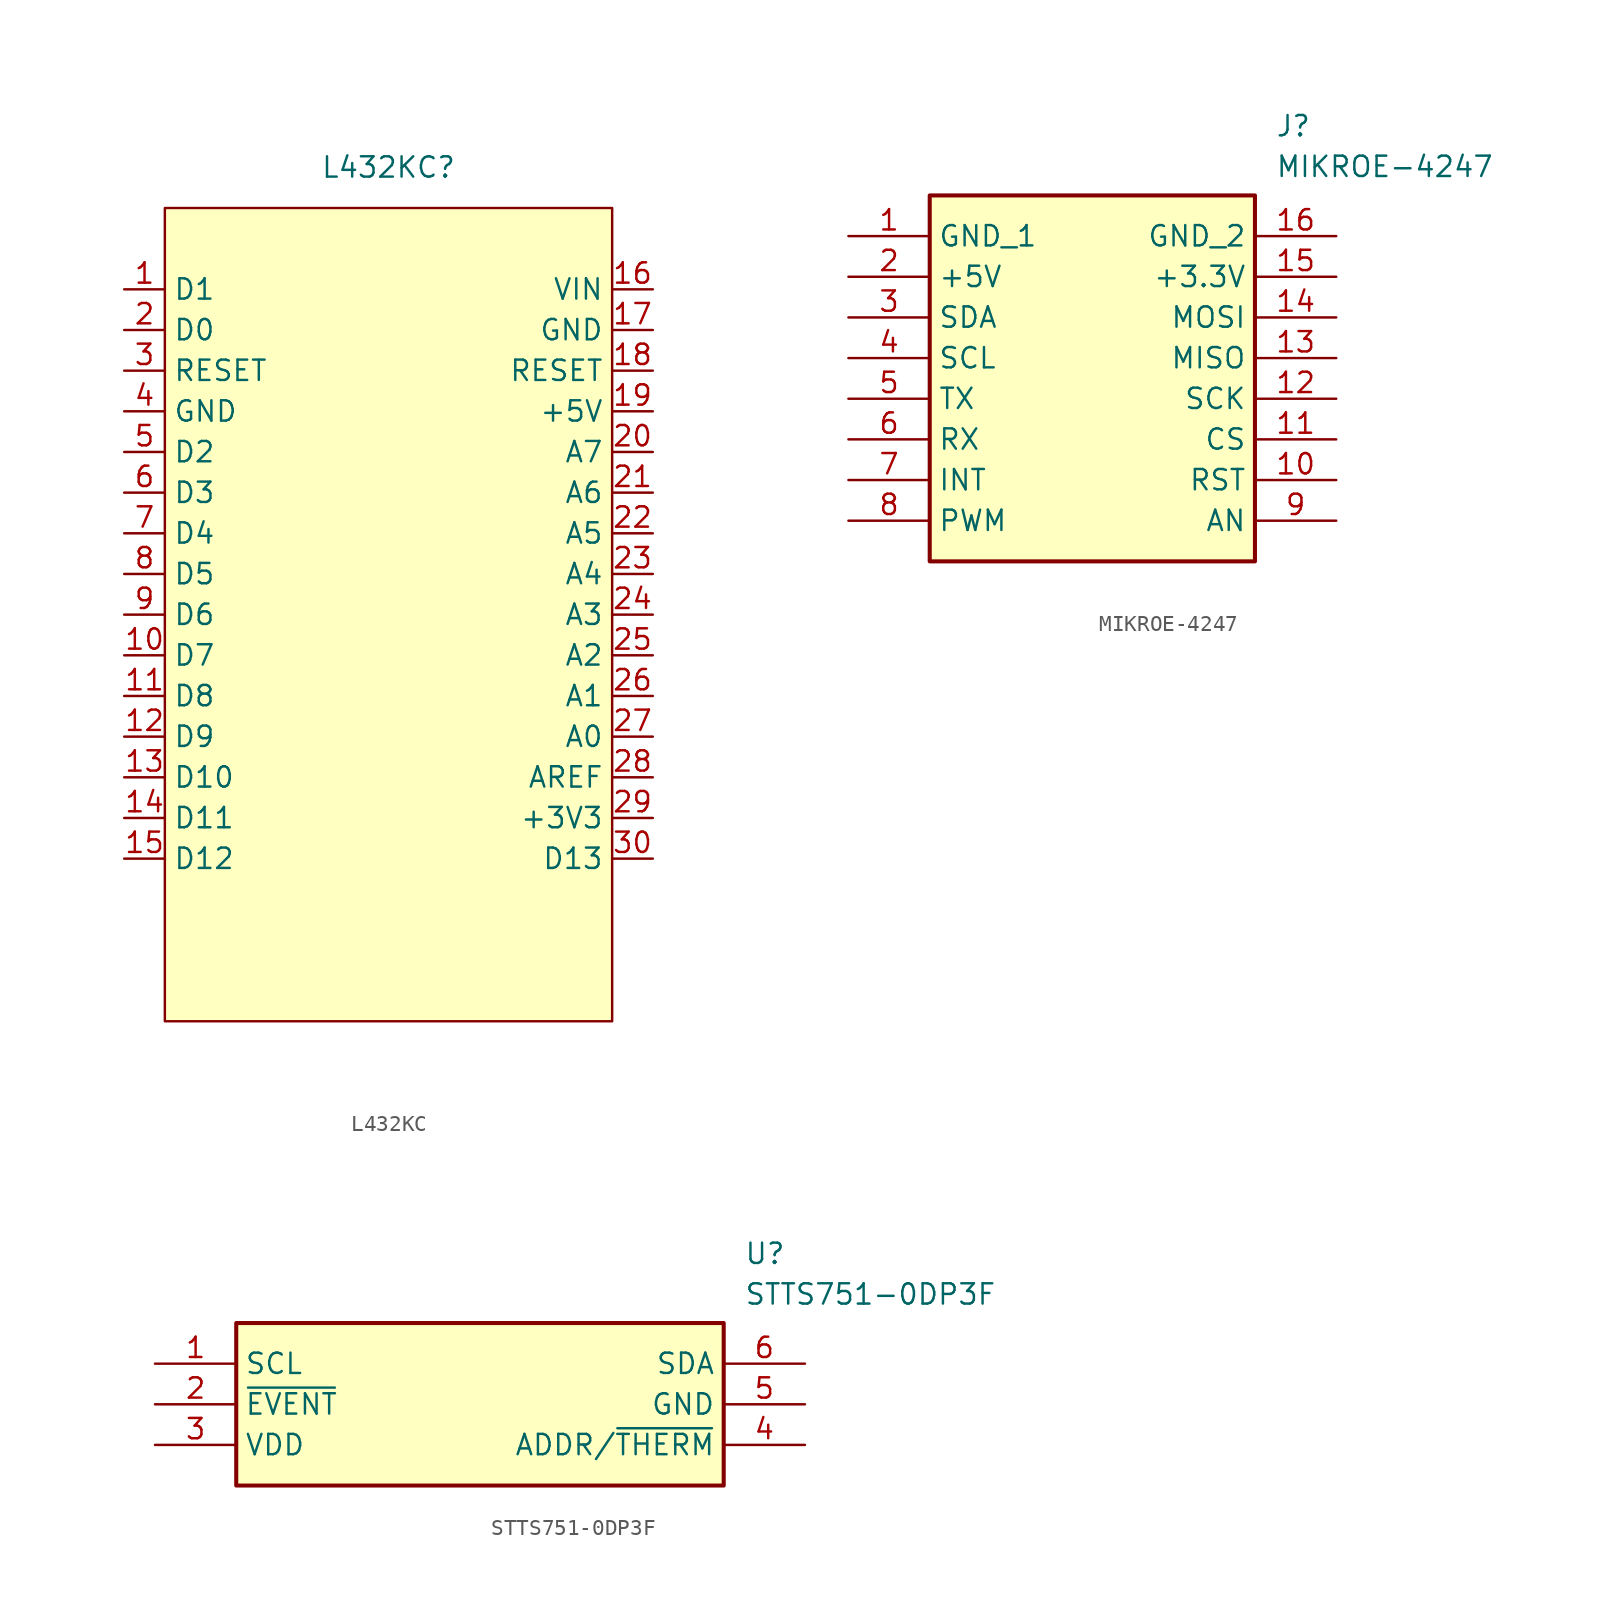
<source format=kicad_sym>
(kicad_symbol_lib
  (version 20231120)
  (generator "kicad_symbol_editor")
  (generator_version "8.0")
  (symbol "L432KC"
    (property "Reference" "L432KC"
      (at 13.97 2.54 0)
      (effects (font (size 1.27 1.27))))
    (property "Value" ""
      (at 0 0 0)
      (effects (font (size 1.27 1.27))))
    (symbol "L432KC_0_0"
      (pin unspecified line (at -2.54 -5.08 0) (length 2.54) (name "D1" (effects (font (size 1.27 1.27)))) (number "1" (effects (font (size 1.27 1.27)))))
      (pin unspecified line (at -2.54 -27.94 0) (length 2.54) (name "D7" (effects (font (size 1.27 1.27)))) (number "10" (effects (font (size 1.27 1.27)))))
      (pin unspecified line (at -2.54 -30.48 0) (length 2.54) (name "D8" (effects (font (size 1.27 1.27)))) (number "11" (effects (font (size 1.27 1.27)))))
      (pin unspecified line (at -2.54 -33.02 0) (length 2.54) (name "D9" (effects (font (size 1.27 1.27)))) (number "12" (effects (font (size 1.27 1.27)))))
      (pin unspecified line (at -2.54 -35.56 0) (length 2.54) (name "D10" (effects (font (size 1.27 1.27)))) (number "13" (effects (font (size 1.27 1.27)))))
      (pin unspecified line (at -2.54 -38.1 0) (length 2.54) (name "D11" (effects (font (size 1.27 1.27)))) (number "14" (effects (font (size 1.27 1.27)))))
      (pin unspecified line (at -2.54 -40.64 0) (length 2.54) (name "D12" (effects (font (size 1.27 1.27)))) (number "15" (effects (font (size 1.27 1.27)))))
      (pin unspecified line (at 30.48 -5.08 180) (length 2.54) (name "VIN" (effects (font (size 1.27 1.27)))) (number "16" (effects (font (size 1.27 1.27)))))
      (pin unspecified line (at 30.48 -7.62 180) (length 2.54) (name "GND" (effects (font (size 1.27 1.27)))) (number "17" (effects (font (size 1.27 1.27)))))
      (pin unspecified line (at 30.48 -10.16 180) (length 2.54) (name "RESET" (effects (font (size 1.27 1.27)))) (number "18" (effects (font (size 1.27 1.27)))))
      (pin unspecified line (at 30.48 -12.7 180) (length 2.54) (name "+5V" (effects (font (size 1.27 1.27)))) (number "19" (effects (font (size 1.27 1.27)))))
      (pin unspecified line (at -2.54 -7.62 0) (length 2.54) (name "D0" (effects (font (size 1.27 1.27)))) (number "2" (effects (font (size 1.27 1.27)))))
      (pin unspecified line (at 30.48 -15.24 180) (length 2.54) (name "A7" (effects (font (size 1.27 1.27)))) (number "20" (effects (font (size 1.27 1.27)))))
      (pin unspecified line (at 30.48 -17.78 180) (length 2.54) (name "A6" (effects (font (size 1.27 1.27)))) (number "21" (effects (font (size 1.27 1.27)))))
      (pin unspecified line (at 30.48 -20.32 180) (length 2.54) (name "A5" (effects (font (size 1.27 1.27)))) (number "22" (effects (font (size 1.27 1.27)))))
      (pin unspecified line (at 30.48 -22.86 180) (length 2.54) (name "A4" (effects (font (size 1.27 1.27)))) (number "23" (effects (font (size 1.27 1.27)))))
      (pin unspecified line (at 30.48 -25.4 180) (length 2.54) (name "A3" (effects (font (size 1.27 1.27)))) (number "24" (effects (font (size 1.27 1.27)))))
      (pin unspecified line (at 30.48 -27.94 180) (length 2.54) (name "A2" (effects (font (size 1.27 1.27)))) (number "25" (effects (font (size 1.27 1.27)))))
      (pin unspecified line (at 30.48 -30.48 180) (length 2.54) (name "A1" (effects (font (size 1.27 1.27)))) (number "26" (effects (font (size 1.27 1.27)))))
      (pin unspecified line (at 30.48 -33.02 180) (length 2.54) (name "A0" (effects (font (size 1.27 1.27)))) (number "27" (effects (font (size 1.27 1.27)))))
      (pin unspecified line (at 30.48 -35.56 180) (length 2.54) (name "AREF" (effects (font (size 1.27 1.27)))) (number "28" (effects (font (size 1.27 1.27)))))
      (pin unspecified line (at 30.48 -38.1 180) (length 2.54) (name "+3V3" (effects (font (size 1.27 1.27)))) (number "29" (effects (font (size 1.27 1.27)))))
      (pin unspecified line (at -2.54 -10.16 0) (length 2.54) (name "RESET" (effects (font (size 1.27 1.27)))) (number "3" (effects (font (size 1.27 1.27)))))
      (pin unspecified line (at 30.48 -40.64 180) (length 2.54) (name "D13" (effects (font (size 1.27 1.27)))) (number "30" (effects (font (size 1.27 1.27)))))
      (pin unspecified line (at -2.54 -12.7 0) (length 2.54) (name "GND" (effects (font (size 1.27 1.27)))) (number "4" (effects (font (size 1.27 1.27)))))
      (pin unspecified line (at -2.54 -15.24 0) (length 2.54) (name "D2" (effects (font (size 1.27 1.27)))) (number "5" (effects (font (size 1.27 1.27)))))
      (pin unspecified line (at -2.54 -17.78 0) (length 2.54) (name "D3" (effects (font (size 1.27 1.27)))) (number "6" (effects (font (size 1.27 1.27)))))
      (pin unspecified line (at -2.54 -20.32 0) (length 2.54) (name "D4" (effects (font (size 1.27 1.27)))) (number "7" (effects (font (size 1.27 1.27)))))
      (pin unspecified line (at -2.54 -22.86 0) (length 2.54) (name "D5" (effects (font (size 1.27 1.27)))) (number "8" (effects (font (size 1.27 1.27)))))
      (pin unspecified line (at -2.54 -25.4 0) (length 2.54) (name "D6" (effects (font (size 1.27 1.27)))) (number "9" (effects (font (size 1.27 1.27))))))
    (symbol "L432KC_1_1"
      (rectangle (start 0 0) (end 27.94 -50.8) (stroke (width 0) (type default)) (fill (type background)))))
  (symbol "MIKROE-4247"
    (property "Reference" "J"
      (at 26.67 7.62 0)
      (effects (font (size 1.27 1.27)) (justify left top)))
    (property "Value" "MIKROE-4247"
      (at 26.67 5.08 0)
      (effects (font (size 1.27 1.27)) (justify left top)))
    (symbol "MIKROE-4247_1_1"
      (rectangle (start 5.08 2.54) (end 25.4 -20.32) (stroke (width 0.254) (type default)) (fill (type background)))
      (pin passive line (at 0 0 0) (length 5.08) (name "GND_1" (effects (font (size 1.27 1.27)))) (number "1" (effects (font (size 1.27 1.27)))))
      (pin passive line (at 30.48 -15.24 180) (length 5.08) (name "RST" (effects (font (size 1.27 1.27)))) (number "10" (effects (font (size 1.27 1.27)))))
      (pin passive line (at 30.48 -12.7 180) (length 5.08) (name "CS" (effects (font (size 1.27 1.27)))) (number "11" (effects (font (size 1.27 1.27)))))
      (pin passive line (at 30.48 -10.16 180) (length 5.08) (name "SCK" (effects (font (size 1.27 1.27)))) (number "12" (effects (font (size 1.27 1.27)))))
      (pin passive line (at 30.48 -7.62 180) (length 5.08) (name "MISO" (effects (font (size 1.27 1.27)))) (number "13" (effects (font (size 1.27 1.27)))))
      (pin passive line (at 30.48 -5.08 180) (length 5.08) (name "MOSI" (effects (font (size 1.27 1.27)))) (number "14" (effects (font (size 1.27 1.27)))))
      (pin passive line (at 30.48 -2.54 180) (length 5.08) (name "+3.3V" (effects (font (size 1.27 1.27)))) (number "15" (effects (font (size 1.27 1.27)))))
      (pin passive line (at 30.48 0 180) (length 5.08) (name "GND_2" (effects (font (size 1.27 1.27)))) (number "16" (effects (font (size 1.27 1.27)))))
      (pin passive line (at 0 -2.54 0) (length 5.08) (name "+5V" (effects (font (size 1.27 1.27)))) (number "2" (effects (font (size 1.27 1.27)))))
      (pin passive line (at 0 -5.08 0) (length 5.08) (name "SDA" (effects (font (size 1.27 1.27)))) (number "3" (effects (font (size 1.27 1.27)))))
      (pin passive line (at 0 -7.62 0) (length 5.08) (name "SCL" (effects (font (size 1.27 1.27)))) (number "4" (effects (font (size 1.27 1.27)))))
      (pin passive line (at 0 -10.16 0) (length 5.08) (name "TX" (effects (font (size 1.27 1.27)))) (number "5" (effects (font (size 1.27 1.27)))))
      (pin passive line (at 0 -12.7 0) (length 5.08) (name "RX" (effects (font (size 1.27 1.27)))) (number "6" (effects (font (size 1.27 1.27)))))
      (pin passive line (at 0 -15.24 0) (length 5.08) (name "INT" (effects (font (size 1.27 1.27)))) (number "7" (effects (font (size 1.27 1.27)))))
      (pin passive line (at 0 -17.78 0) (length 5.08) (name "PWM" (effects (font (size 1.27 1.27)))) (number "8" (effects (font (size 1.27 1.27)))))
      (pin passive line (at 30.48 -17.78 180) (length 5.08) (name "AN" (effects (font (size 1.27 1.27)))) (number "9" (effects (font (size 1.27 1.27)))))))
  (symbol "STTS751-0DP3F"
    (property "Reference" "U"
      (at 36.83 7.62 0)
      (effects (font (size 1.27 1.27)) (justify left top)))
    (property "Value" "STTS751-0DP3F"
      (at 36.83 5.08 0)
      (effects (font (size 1.27 1.27)) (justify left top)))
    (symbol "STTS751-0DP3F_1_1"
      (rectangle (start 5.08 2.54) (end 35.56 -7.62) (stroke (width 0.254) (type default)) (fill (type background)))
      (pin passive line (at 0 0 0) (length 5.08) (name "SCL" (effects (font (size 1.27 1.27)))) (number "1" (effects (font (size 1.27 1.27)))))
      (pin passive line (at 0 -2.54 0) (length 5.08) (name "~{EVENT}" (effects (font (size 1.27 1.27)))) (number "2" (effects (font (size 1.27 1.27)))))
      (pin passive line (at 0 -5.08 0) (length 5.08) (name "VDD" (effects (font (size 1.27 1.27)))) (number "3" (effects (font (size 1.27 1.27)))))
      (pin passive line (at 40.64 -5.08 180) (length 5.08) (name "ADDR/~{THERM}" (effects (font (size 1.27 1.27)))) (number "4" (effects (font (size 1.27 1.27)))))
      (pin passive line (at 40.64 -2.54 180) (length 5.08) (name "GND" (effects (font (size 1.27 1.27)))) (number "5" (effects (font (size 1.27 1.27)))))
      (pin passive line (at 40.64 0 180) (length 5.08) (name "SDA" (effects (font (size 1.27 1.27)))) (number "6" (effects (font (size 1.27 1.27))))))))
</source>
